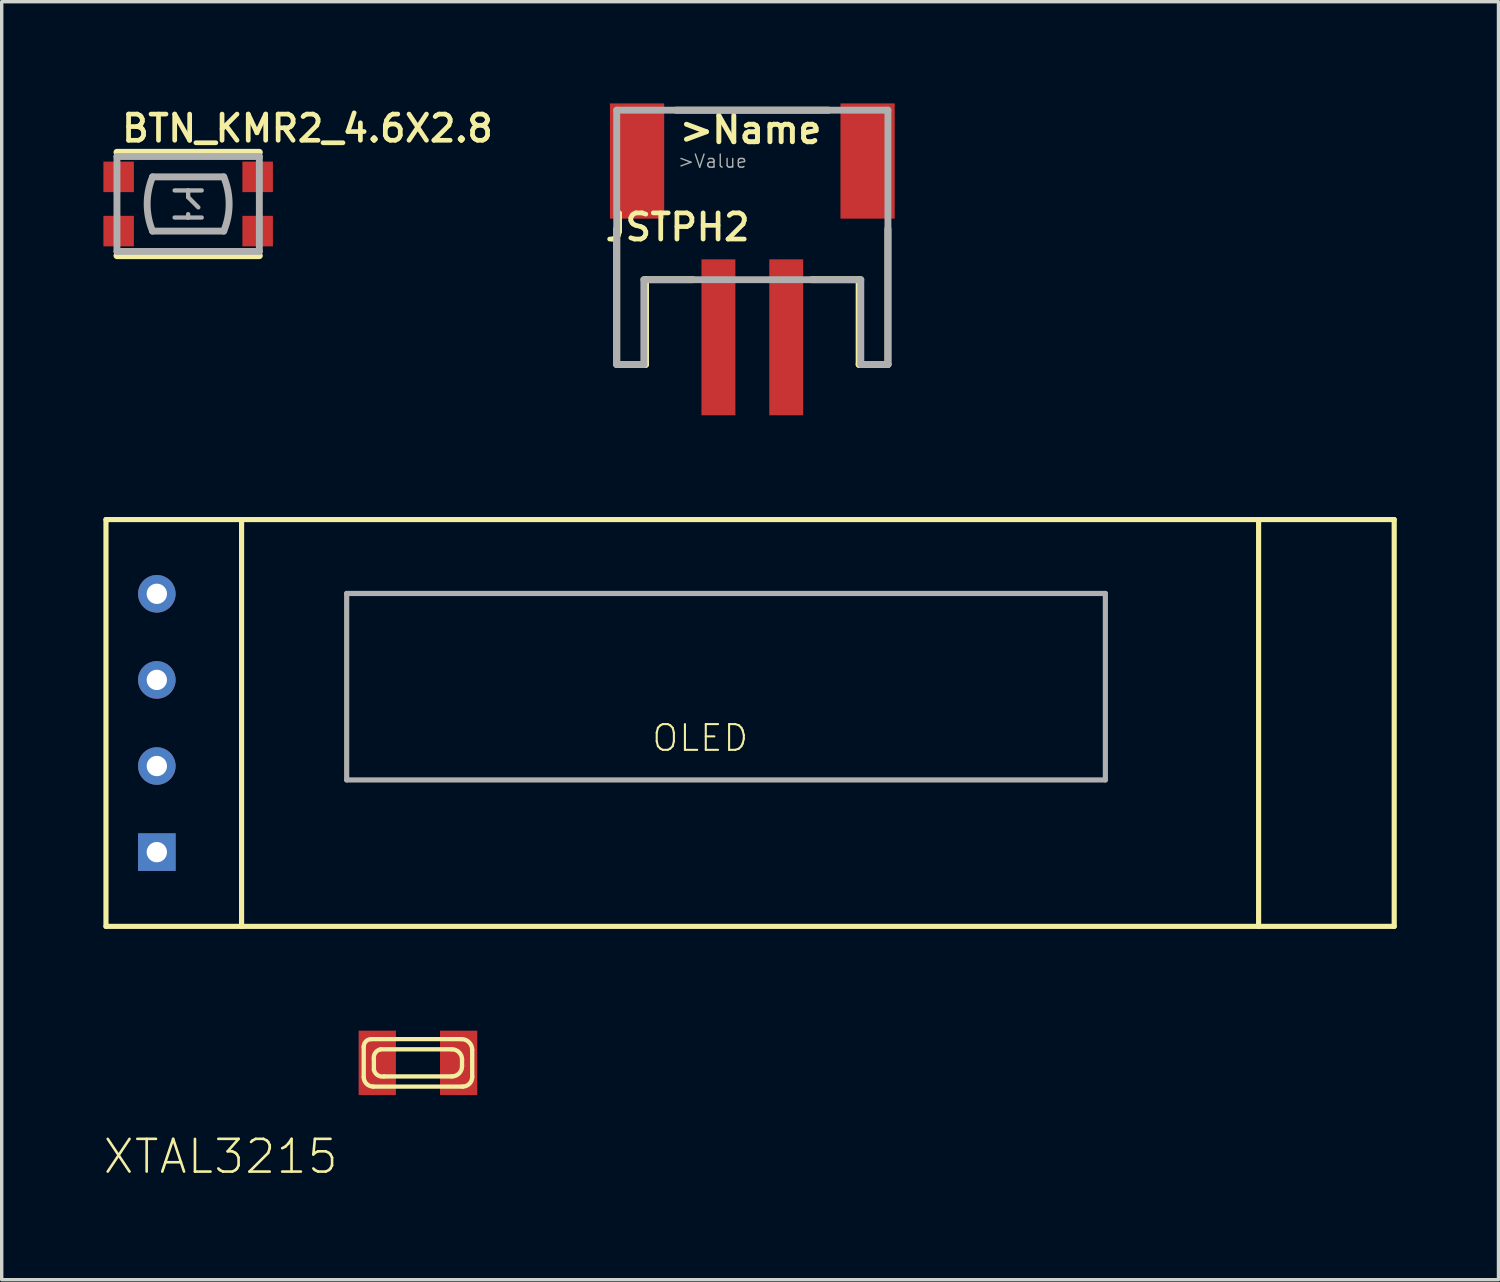
<source format=kicad_pcb>
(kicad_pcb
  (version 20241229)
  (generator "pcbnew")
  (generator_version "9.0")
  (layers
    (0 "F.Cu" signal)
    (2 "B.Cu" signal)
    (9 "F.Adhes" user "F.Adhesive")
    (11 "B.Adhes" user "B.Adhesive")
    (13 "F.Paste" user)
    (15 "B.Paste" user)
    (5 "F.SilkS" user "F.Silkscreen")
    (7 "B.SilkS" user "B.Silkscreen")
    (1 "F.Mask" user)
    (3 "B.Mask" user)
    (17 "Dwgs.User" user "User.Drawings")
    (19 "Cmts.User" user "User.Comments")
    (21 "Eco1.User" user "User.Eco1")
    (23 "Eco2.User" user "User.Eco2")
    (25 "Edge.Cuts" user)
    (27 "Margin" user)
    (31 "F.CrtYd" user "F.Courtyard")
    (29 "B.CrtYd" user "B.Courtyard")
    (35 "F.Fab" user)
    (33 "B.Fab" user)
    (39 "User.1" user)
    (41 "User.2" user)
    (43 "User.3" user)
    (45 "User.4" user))
  (footprint "OLED"
    (layer "F.Cu")
    (at 19.076 18.276)
    (property "Reference" "OLED" (at 0 0 180) (layer "F.SilkS") (effects (font (size 0.76 0.76) (thickness 0.061)) (justify right top)))
    (attr through_hole)
    (fp_line (start -19 -6) (end -19 6) (stroke (width 0.152) (type solid)) (layer "F.SilkS"))
    (fp_line (start -19 6) (end -15 6) (stroke (width 0.152) (type solid)) (layer "F.SilkS"))
    (fp_line (start -15 -6) (end -19 -6) (stroke (width 0.152) (type solid)) (layer "F.SilkS"))
    (fp_line (start -15 -6) (end -15 6) (stroke (width 0.152) (type solid)) (layer "F.SilkS"))
    (fp_line (start -15 6) (end 15 6) (stroke (width 0.152) (type solid)) (layer "F.SilkS"))
    (fp_line (start 15 -6) (end -15 -6) (stroke (width 0.152) (type solid)) (layer "F.SilkS"))
    (fp_line (start 15 -6) (end 15 6) (stroke (width 0.152) (type solid)) (layer "F.SilkS"))
    (fp_line (start 15 6) (end 19 6) (stroke (width 0.152) (type solid)) (layer "F.SilkS"))
    (fp_line (start 19 -6) (end 15 -6) (stroke (width 0.152) (type solid)) (layer "F.SilkS"))
    (fp_line (start 19 6) (end 19 -6) (stroke (width 0.152) (type solid)) (layer "F.SilkS"))
    (fp_line (start -11.9 -3.82) (end -11.9 1.68) (stroke (width 0.152) (type solid)) (layer "F.Fab"))
    (fp_line (start -11.9 -3.82) (end 10.48 -3.82) (stroke (width 0.152) (type solid)) (layer "F.Fab"))
    (fp_line (start -11.9 1.68) (end 10.48 1.68) (stroke (width 0.152) (type solid)) (layer "F.Fab"))
    (fp_line (start 10.48 -3.82) (end 10.48 1.68) (stroke (width 0.152) (type solid)) (layer "F.Fab"))
    (pad "GND" thru_hole rect (at -17.5 3.81) (size 1.108 1.108) (drill 0.6) (layers "*.Cu" "*.Mask"))
    (pad "SCL" thru_hole circle (at -17.5 -1.27) (size 1.108 1.108) (drill 0.6) (layers "*.Cu" "*.Mask"))
    (pad "SDA" thru_hole circle (at -17.5 -3.81) (size 1.108 1.108) (drill 0.6) (layers "*.Cu" "*.Mask"))
    (pad "VCC" thru_hole circle (at -17.5 1.27) (size 1.108 1.108) (drill 0.6) (layers "*.Cu" "*.Mask")))
  (footprint "XTAL3215"
    (layer "F.Cu")
    (at 9.279 28.302)
    (property "Reference" "XTAL3215" (at -2.3 2.2 180) (layer "F.SilkS") (effects (font (size 0.965 0.965) (thickness 0.077)) (justify right top)))
    (attr through_hole)
    (fp_line (start -1.6 0.417) (end -1.6 -0.476) (stroke (width 0.127) (type solid)) (layer "F.SilkS"))
    (fp_line (start -1.376 -0.7) (end 1.284 -0.7) (stroke (width 0.127) (type solid)) (layer "F.SilkS"))
    (fp_line (start -1.3 0.2) (end -1.3 -0.1) (stroke (width 0.127) (type solid)) (layer "F.SilkS"))
    (fp_line (start -1.1 -0.4) (end 1 -0.4) (stroke (width 0.127) (type solid)) (layer "F.SilkS"))
    (fp_line (start 1 0.4) (end -1 0.4) (stroke (width 0.127) (type solid)) (layer "F.SilkS"))
    (fp_line (start 1.3 -0.1) (end 1.3 0.1) (stroke (width 0.127) (type solid)) (layer "F.SilkS"))
    (fp_line (start 1.317 0.7) (end -1.317 0.7) (stroke (width 0.127) (type solid)) (layer "F.SilkS"))
    (fp_line (start 1.6 -0.384) (end 1.6 0.417) (stroke (width 0.127) (type solid)) (layer "F.SilkS"))
    (fp_arc (start -1.6 -0.4764) (mid -1.534509 -0.634509) (end -1.3764 -0.7) (stroke (width 0.127) (type solid)) (layer "F.SilkS"))
    (fp_arc (start -1.3172 0.7) (mid -1.51717 0.61717) (end -1.6 0.4172) (stroke (width 0.127) (type solid)) (layer "F.SilkS"))
    (fp_arc (start -1.3 -0.1) (mid -1.262161 -0.291441) (end -1.099999 -0.399999) (stroke (width 0.127) (type solid)) (layer "F.SilkS"))
    (fp_arc (start -1 0.4) (mid -1.191422 0.362132) (end -1.300001 0.199999) (stroke (width 0.127) (type solid)) (layer "F.SilkS"))
    (fp_arc (start 1 -0.4) (mid 1.212103 -0.312103) (end 1.3 -0.1) (stroke (width 0.127) (type solid)) (layer "F.SilkS"))
    (fp_arc (start 1.2838 -0.7) (mid 1.507387 -0.607387) (end 1.6 -0.3838) (stroke (width 0.127) (type solid)) (layer "F.SilkS"))
    (fp_arc (start 1.3 0.1) (mid 1.212131 0.312132) (end 0.999999 0.399999) (stroke (width 0.127) (type solid)) (layer "F.SilkS"))
    (fp_arc (start 1.6 0.4172) (mid 1.51717 0.61717) (end 1.3172 0.7) (stroke (width 0.127) (type solid)) (layer "F.SilkS"))
    (pad "P$1" smd rect (at 1.2 0) (size 1.1 1.9) (layers "F.Cu" "F.Mask" "F.Paste"))
    (pad "P$2" smd rect (at -1.2 0 180) (size 1.1 1.9) (layers "F.Cu" "F.Mask" "F.Paste")))
  (footprint "BTN_KMR2_4.6X2.8"
    (layer "F.Cu")
    (at 2.5 2.967)
    (property "Reference" "BTN_KMR2_4.6X2.8" (at -2.032 -1.778 0) (layer "F.SilkS") (effects (font (size 0.772 0.772) (thickness 0.139)) (justify left bottom)))
    (attr through_hole)
    (fp_line (start -2.1 -1.525) (end 2.1 -1.525) (stroke (width 0.203) (type solid)) (layer "F.SilkS"))
    (fp_line (start 2.1 1.525) (end -2.1 1.525) (stroke (width 0.203) (type solid)) (layer "F.SilkS"))
    (fp_line (start -2.1 -1.4) (end 2.1 -1.4) (stroke (width 0.203) (type solid)) (layer "F.Fab"))
    (fp_line (start -2.1 1.4) (end -2.1 -1.4) (stroke (width 0.203) (type solid)) (layer "F.Fab"))
    (fp_line (start -1.05 -0.8) (end 1.05 -0.8) (stroke (width 0.203) (type solid)) (layer "F.Fab"))
    (fp_line (start -0.4 -0.4) (end 0 -0.4) (stroke (width 0.127) (type solid)) (layer "F.Fab"))
    (fp_line (start -0.4 0.4) (end 0 0.4) (stroke (width 0.127) (type solid)) (layer "F.Fab"))
    (fp_line (start 0 -0.4) (end 0 -0.2) (stroke (width 0.127) (type solid)) (layer "F.Fab"))
    (fp_line (start 0 -0.4) (end 0.4 -0.4) (stroke (width 0.127) (type solid)) (layer "F.Fab"))
    (fp_line (start 0 -0.2) (end 0.3 0.1) (stroke (width 0.127) (type solid)) (layer "F.Fab"))
    (fp_line (start 0 0.4) (end 0 0.3) (stroke (width 0.127) (type solid)) (layer "F.Fab"))
    (fp_line (start 0 0.4) (end 0.4 0.4) (stroke (width 0.127) (type solid)) (layer "F.Fab"))
    (fp_line (start 1.05 0.8) (end -1.05 0.8) (stroke (width 0.203) (type solid)) (layer "F.Fab"))
    (fp_line (start 2.1 -1.4) (end 2.1 1.4) (stroke (width 0.203) (type solid)) (layer "F.Fab"))
    (fp_line (start 2.1 1.4) (end -2.1 1.4) (stroke (width 0.203) (type solid)) (layer "F.Fab"))
    (fp_arc (start -1.05 0.8) (mid -1.209128 0) (end -1.05 -0.799999) (stroke (width 0.2032) (type solid)) (layer "F.Fab"))
    (fp_arc (start 1.05 -0.8) (mid 1.209128 0) (end 1.05 0.799999) (stroke (width 0.2032) (type solid)) (layer "F.Fab"))
    (pad "A" smd rect (at 2.05 -0.8) (size 0.9 0.9) (layers "F.Cu" "F.Mask" "F.Paste"))
    (pad "A'" smd rect (at -2.05 -0.8) (size 0.9 0.9) (layers "F.Cu" "F.Mask" "F.Paste"))
    (pad "B" smd rect (at 2.05 0.8) (size 0.9 0.9) (layers "F.Cu" "F.Mask" "F.Paste"))
    (pad "B'" smd rect (at -2.05 0.8) (size 0.9 0.9) (layers "F.Cu" "F.Mask" "F.Paste")))
  (footprint "JSTPH2"
    (layer "F.Cu")
    (at 19.142 3.2)
    (property "Reference" "JSTPH2" (at 0 0 180) (layer "F.SilkS") (effects (font (size 0.772 0.772) (thickness 0.139)) (justify right top)))
    (attr through_hole)
    (fp_line (start -4 4.5) (end -4 0.5) (stroke (width 0.203) (type solid)) (layer "F.SilkS"))
    (fp_line (start -3.15 2) (end -3.15 4.5) (stroke (width 0.203) (type solid)) (layer "F.SilkS"))
    (fp_line (start -3.15 4.5) (end -4 4.5) (stroke (width 0.203) (type solid)) (layer "F.SilkS"))
    (fp_line (start -2.25 -3) (end 2.25 -3) (stroke (width 0.203) (type solid)) (layer "F.SilkS"))
    (fp_line (start -1.75 2) (end -3.15 2) (stroke (width 0.203) (type solid)) (layer "F.SilkS"))
    (fp_line (start 3.15 2) (end 1.75 2) (stroke (width 0.203) (type solid)) (layer "F.SilkS"))
    (fp_line (start 3.15 4.5) (end 3.15 2) (stroke (width 0.203) (type solid)) (layer "F.SilkS"))
    (fp_line (start 4 0.5) (end 4 4.5) (stroke (width 0.203) (type solid)) (layer "F.SilkS"))
    (fp_line (start 4 4.5) (end 3.15 4.5) (stroke (width 0.203) (type solid)) (layer "F.SilkS"))
    (fp_line (start -4 -3) (end 4 -3) (stroke (width 0.203) (type solid)) (layer "F.Fab"))
    (fp_line (start -4 4.5) (end -4 -3) (stroke (width 0.203) (type solid)) (layer "F.Fab"))
    (fp_line (start -3.2 2) (end -3.2 4.5) (stroke (width 0.203) (type solid)) (layer "F.Fab"))
    (fp_line (start -3.2 4.5) (end -4 4.5) (stroke (width 0.203) (type solid)) (layer "F.Fab"))
    (fp_line (start 3.2 2) (end -3.2 2) (stroke (width 0.203) (type solid)) (layer "F.Fab"))
    (fp_line (start 3.2 4.5) (end 3.2 2) (stroke (width 0.203) (type solid)) (layer "F.Fab"))
    (fp_line (start 4 -3) (end 4 4.5) (stroke (width 0.203) (type solid)) (layer "F.Fab"))
    (fp_line (start 4 4.5) (end 3.2 4.5) (stroke (width 0.203) (type solid)) (layer "F.Fab"))
    (fp_text user ">Name" (at -2.223 -1.968 0) (layer "F.SilkS") (effects (font (size 0.772 0.772) (thickness 0.146)) (justify left bottom)))
    (fp_text user ">Value" (at -2.223 -1.27 0) (layer "F.Fab") (effects (font (size 0.386 0.386) (thickness 0.041)) (justify left bottom)))
    (pad "1" smd rect (at -1 3.7) (size 1 4.6) (layers "F.Cu" "F.Mask" "F.Paste"))
    (pad "2" smd rect (at 1 3.7) (size 1 4.6) (layers "F.Cu" "F.Mask" "F.Paste"))
    (pad "NC1" smd rect (at -3.4 -1.5 90) (size 3.4 1.6) (layers "F.Cu" "F.Mask" "F.Paste"))
    (pad "NC2" smd rect (at 3.4 -1.5 90) (size 3.4 1.6) (layers "F.Cu" "F.Mask" "F.Paste")))
  (gr_rect
    (start -3 -3)
    (end 41.152 34.699)
    (stroke (width 0.1) (type default))
    (fill no)
    (layer "Edge.Cuts")))
</source>
